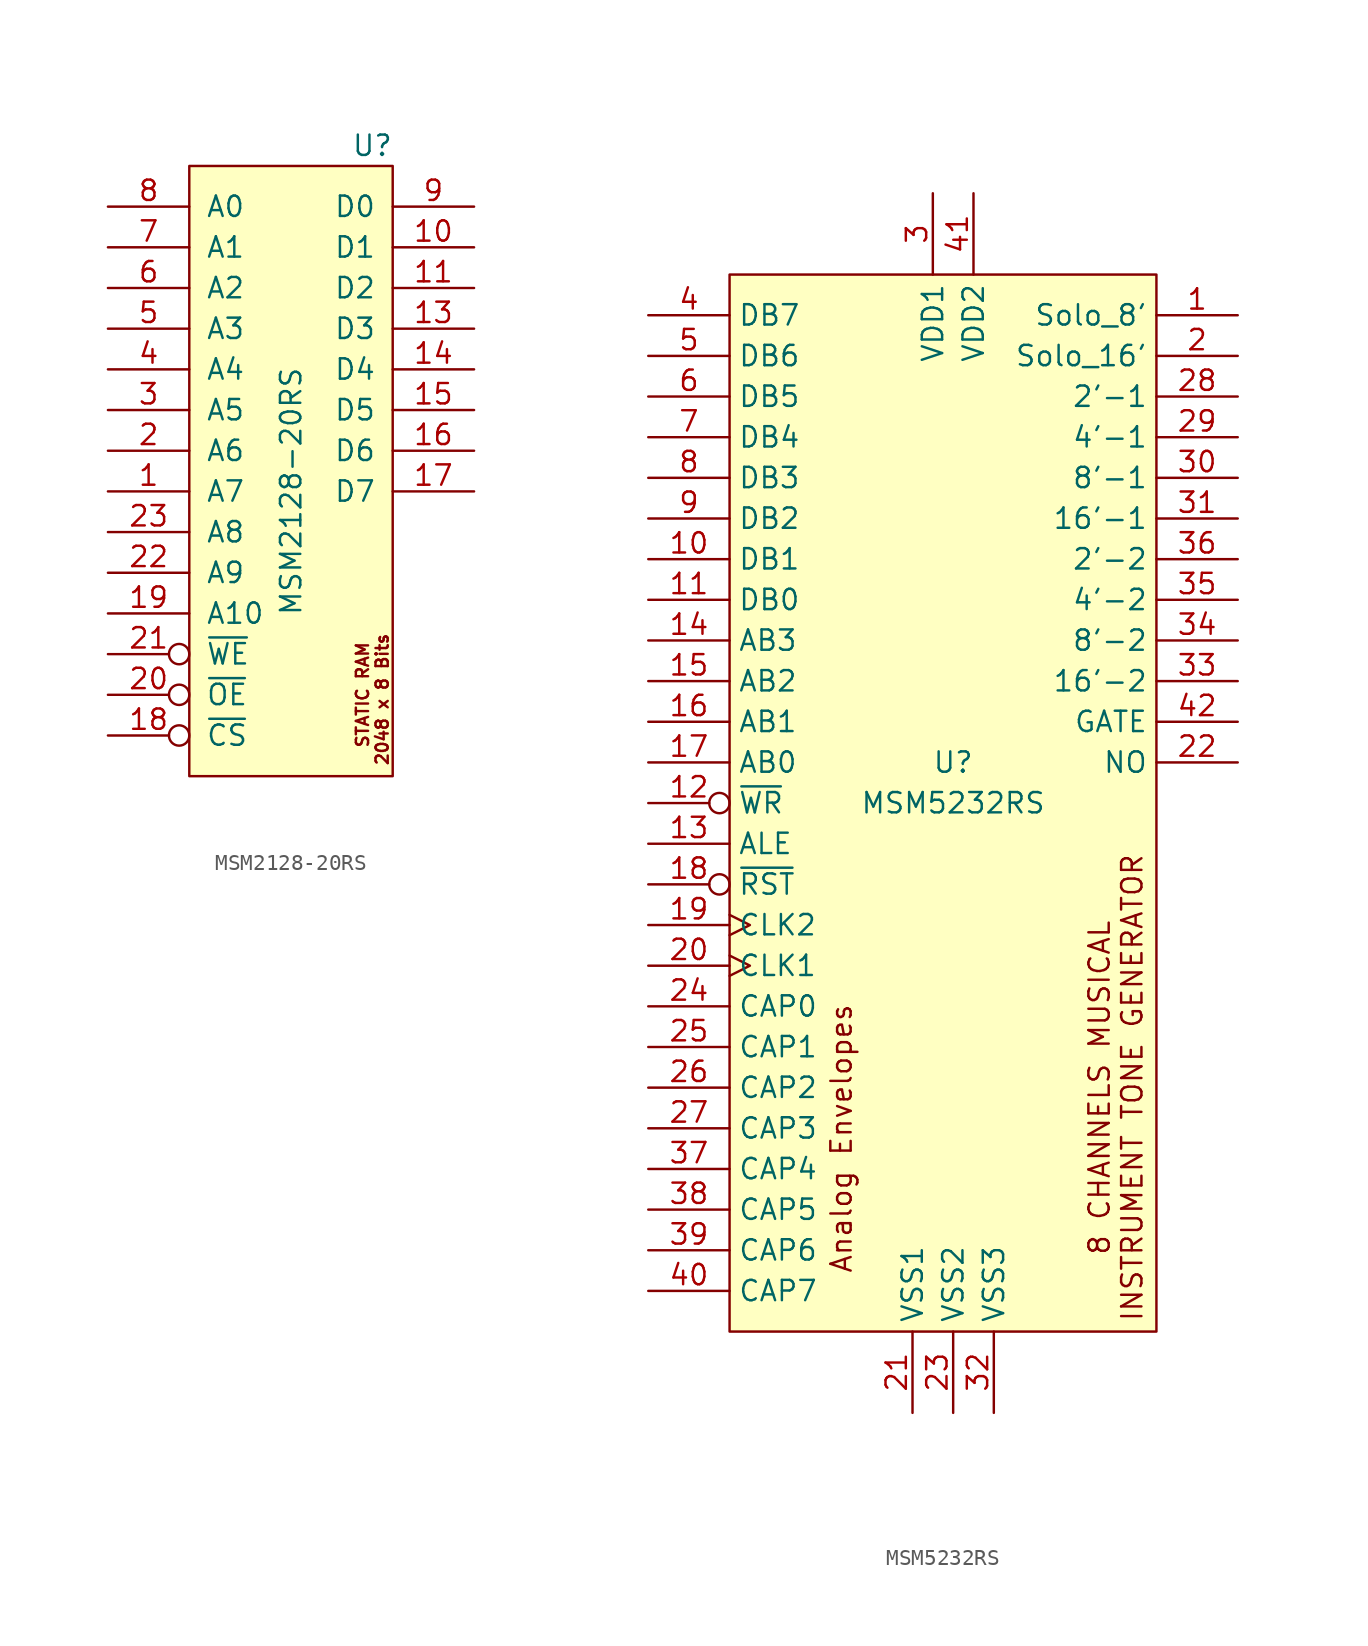
<source format=kicad_sym>
(kicad_symbol_lib
  (version 20231120)
  (generator "kicad_symbol_editor")
  (generator_version "8.0")
  (symbol "MSM2128-20RS"
    (pin_names
      (offset 1.016))
    (property "Reference" "U"
      (at 5.08 20.32 0)
      (effects (font (size 1.27 1.27))))
    (property "Value" "MSM2128-20RS"
      (at 0 -1.27 90)
      (effects (font (size 1.27 1.27))))
    (symbol "MSM2128-20RS_0_1"
      (rectangle (start -6.35 19.05) (end 6.35 -19.05) (stroke (width 0) (type default)) (fill (type background))))
    (symbol "MSM2128-20RS_1_0"
      (text "STATIC RAM\n2048 x 8 Bits " (at 5.08 -13.97 900) (effects (font (size 0.762 0.762))))
      (pin power_in line (at 0 -19.05 90) (length 5.08) hide (name "VSS" (effects (font (size 1.27 1.27)))) (number "12" (effects (font (size 1.27 1.27)))))
      (pin power_in line (at 0 19.05 270) (length 5.08) hide (name "VCC" (effects (font (size 1.27 1.27)))) (number "24" (effects (font (size 1.27 1.27))))))
    (symbol "MSM2128-20RS_1_1"
      (pin input line (at -11.43 -1.27 0) (length 5.08) (name "A7" (effects (font (size 1.27 1.27)))) (number "1" (effects (font (size 1.27 1.27)))))
      (pin bidirectional line (at 11.43 13.97 180) (length 5.08) (name "D1" (effects (font (size 1.27 1.27)))) (number "10" (effects (font (size 1.27 1.27)))))
      (pin bidirectional line (at 11.43 11.43 180) (length 5.08) (name "D2" (effects (font (size 1.27 1.27)))) (number "11" (effects (font (size 1.27 1.27)))))
      (pin bidirectional line (at 11.43 8.89 180) (length 5.08) (name "D3" (effects (font (size 1.27 1.27)))) (number "13" (effects (font (size 1.27 1.27)))))
      (pin bidirectional line (at 11.43 6.35 180) (length 5.08) (name "D4" (effects (font (size 1.27 1.27)))) (number "14" (effects (font (size 1.27 1.27)))))
      (pin bidirectional line (at 11.43 3.81 180) (length 5.08) (name "D5" (effects (font (size 1.27 1.27)))) (number "15" (effects (font (size 1.27 1.27)))))
      (pin bidirectional line (at 11.43 1.27 180) (length 5.08) (name "D6" (effects (font (size 1.27 1.27)))) (number "16" (effects (font (size 1.27 1.27)))))
      (pin bidirectional line (at 11.43 -1.27 180) (length 5.08) (name "D7" (effects (font (size 1.27 1.27)))) (number "17" (effects (font (size 1.27 1.27)))))
      (pin input inverted (at -11.43 -16.51 0) (length 5.08) (name "~{CS}" (effects (font (size 1.27 1.27)))) (number "18" (effects (font (size 1.27 1.27)))))
      (pin input line (at -11.43 -8.89 0) (length 5.08) (name "A10" (effects (font (size 1.27 1.27)))) (number "19" (effects (font (size 1.27 1.27)))))
      (pin input line (at -11.43 1.27 0) (length 5.08) (name "A6" (effects (font (size 1.27 1.27)))) (number "2" (effects (font (size 1.27 1.27)))))
      (pin input inverted (at -11.43 -13.97 0) (length 5.08) (name "~{OE}" (effects (font (size 1.27 1.27)))) (number "20" (effects (font (size 1.27 1.27)))))
      (pin input inverted (at -11.43 -11.43 0) (length 5.08) (name "~{WE}" (effects (font (size 1.27 1.27)))) (number "21" (effects (font (size 1.27 1.27)))))
      (pin input line (at -11.43 -6.35 0) (length 5.08) (name "A9" (effects (font (size 1.27 1.27)))) (number "22" (effects (font (size 1.27 1.27)))))
      (pin input line (at -11.43 -3.81 0) (length 5.08) (name "A8" (effects (font (size 1.27 1.27)))) (number "23" (effects (font (size 1.27 1.27)))))
      (pin input line (at -11.43 3.81 0) (length 5.08) (name "A5" (effects (font (size 1.27 1.27)))) (number "3" (effects (font (size 1.27 1.27)))))
      (pin input line (at -11.43 6.35 0) (length 5.08) (name "A4" (effects (font (size 1.27 1.27)))) (number "4" (effects (font (size 1.27 1.27)))))
      (pin input line (at -11.43 8.89 0) (length 5.08) (name "A3" (effects (font (size 1.27 1.27)))) (number "5" (effects (font (size 1.27 1.27)))))
      (pin input line (at -11.43 11.43 0) (length 5.08) (name "A2" (effects (font (size 1.27 1.27)))) (number "6" (effects (font (size 1.27 1.27)))))
      (pin input line (at -11.43 13.97 0) (length 5.08) (name "A1" (effects (font (size 1.27 1.27)))) (number "7" (effects (font (size 1.27 1.27)))))
      (pin input line (at -11.43 16.51 0) (length 5.08) (name "A0" (effects (font (size 1.27 1.27)))) (number "8" (effects (font (size 1.27 1.27)))))
      (pin bidirectional line (at 11.43 16.51 180) (length 5.08) (name "D0" (effects (font (size 1.27 1.27)))) (number "9" (effects (font (size 1.27 1.27)))))))
  (symbol "MSM5232RS"
    (property "Reference" "U"
      (at 0 2.54 0)
      (effects (font (size 1.27 1.27))))
    (property "Value" "MSM5232RS"
      (at 0 0 0)
      (effects (font (size 1.27 1.27))))
    (symbol "MSM5232RS_1_1"
      (rectangle (start -13.97 33.02) (end 12.7 -33.02) (stroke (width 0) (type default)) (fill (type background)))
      (text "8 CHANNELS MUSICAL\nINSTRUMENT TONE GENERATOR" (at 10.16 -17.78 900) (effects (font (size 1.27 1.27))))
      (text "Analog Envelopes" (at -6.985 -20.955 900) (effects (font (size 1.27 1.27))))
      (pin output line (at 17.78 30.48 180) (length 5.08) (name "Solo_8'" (effects (font (size 1.27 1.27)))) (number "1" (effects (font (size 1.27 1.27)))))
      (pin input line (at -19.05 15.24 0) (length 5.08) (name "DB1" (effects (font (size 1.27 1.27)))) (number "10" (effects (font (size 1.27 1.27)))))
      (pin input line (at -19.05 12.7 0) (length 5.08) (name "DB0" (effects (font (size 1.27 1.27)))) (number "11" (effects (font (size 1.27 1.27)))))
      (pin input inverted (at -19.05 0 0) (length 5.08) (name "~{WR}" (effects (font (size 1.27 1.27)))) (number "12" (effects (font (size 1.27 1.27)))))
      (pin input line (at -19.05 -2.54 0) (length 5.08) (name "ALE" (effects (font (size 1.27 1.27)))) (number "13" (effects (font (size 1.27 1.27)))))
      (pin input line (at -19.05 10.16 0) (length 5.08) (name "AB3" (effects (font (size 1.27 1.27)))) (number "14" (effects (font (size 1.27 1.27)))))
      (pin input line (at -19.05 7.62 0) (length 5.08) (name "AB2" (effects (font (size 1.27 1.27)))) (number "15" (effects (font (size 1.27 1.27)))))
      (pin input line (at -19.05 5.08 0) (length 5.08) (name "AB1" (effects (font (size 1.27 1.27)))) (number "16" (effects (font (size 1.27 1.27)))))
      (pin input line (at -19.05 2.54 0) (length 5.08) (name "AB0" (effects (font (size 1.27 1.27)))) (number "17" (effects (font (size 1.27 1.27)))))
      (pin input inverted (at -19.05 -5.08 0) (length 5.08) (name "~{RST}" (effects (font (size 1.27 1.27)))) (number "18" (effects (font (size 1.27 1.27)))))
      (pin input clock (at -19.05 -7.62 0) (length 5.08) (name "CLK2" (effects (font (size 1.27 1.27)))) (number "19" (effects (font (size 1.27 1.27)))))
      (pin output line (at 17.78 27.94 180) (length 5.08) (name "Solo_16'" (effects (font (size 1.27 1.27)))) (number "2" (effects (font (size 1.27 1.27)))))
      (pin input clock (at -19.05 -10.16 0) (length 5.08) (name "CLK1" (effects (font (size 1.27 1.27)))) (number "20" (effects (font (size 1.27 1.27)))))
      (pin power_in line (at -2.54 -38.1 90) (length 5.08) (name "VSS1" (effects (font (size 1.27 1.27)))) (number "21" (effects (font (size 1.27 1.27)))))
      (pin output line (at 17.78 2.54 180) (length 5.08) (name "NO" (effects (font (size 1.27 1.27)))) (number "22" (effects (font (size 1.27 1.27)))))
      (pin power_in line (at 0 -38.1 90) (length 5.08) (name "VSS2" (effects (font (size 1.27 1.27)))) (number "23" (effects (font (size 1.27 1.27)))))
      (pin input line (at -19.05 -12.7 0) (length 5.08) (name "CAP0" (effects (font (size 1.27 1.27)))) (number "24" (effects (font (size 1.27 1.27)))))
      (pin input line (at -19.05 -15.24 0) (length 5.08) (name "CAP1" (effects (font (size 1.27 1.27)))) (number "25" (effects (font (size 1.27 1.27)))))
      (pin input line (at -19.05 -17.78 0) (length 5.08) (name "CAP2" (effects (font (size 1.27 1.27)))) (number "26" (effects (font (size 1.27 1.27)))))
      (pin input line (at -19.05 -20.32 0) (length 5.08) (name "CAP3" (effects (font (size 1.27 1.27)))) (number "27" (effects (font (size 1.27 1.27)))))
      (pin output line (at 17.78 25.4 180) (length 5.08) (name "2'-1" (effects (font (size 1.27 1.27)))) (number "28" (effects (font (size 1.27 1.27)))))
      (pin output line (at 17.78 22.86 180) (length 5.08) (name "4'-1" (effects (font (size 1.27 1.27)))) (number "29" (effects (font (size 1.27 1.27)))))
      (pin power_in line (at -1.27 38.1 270) (length 5.08) (name "VDD1" (effects (font (size 1.27 1.27)))) (number "3" (effects (font (size 1.27 1.27)))))
      (pin output line (at 17.78 20.32 180) (length 5.08) (name "8'-1" (effects (font (size 1.27 1.27)))) (number "30" (effects (font (size 1.27 1.27)))))
      (pin output line (at 17.78 17.78 180) (length 5.08) (name "16'-1" (effects (font (size 1.27 1.27)))) (number "31" (effects (font (size 1.27 1.27)))))
      (pin power_in line (at 2.54 -38.1 90) (length 5.08) (name "VSS3" (effects (font (size 1.27 1.27)))) (number "32" (effects (font (size 1.27 1.27)))))
      (pin output line (at 17.78 7.62 180) (length 5.08) (name "16'-2" (effects (font (size 1.27 1.27)))) (number "33" (effects (font (size 1.27 1.27)))))
      (pin output line (at 17.78 10.16 180) (length 5.08) (name "8'-2" (effects (font (size 1.27 1.27)))) (number "34" (effects (font (size 1.27 1.27)))))
      (pin output line (at 17.78 12.7 180) (length 5.08) (name "4'-2" (effects (font (size 1.27 1.27)))) (number "35" (effects (font (size 1.27 1.27)))))
      (pin output line (at 17.78 15.24 180) (length 5.08) (name "2'-2" (effects (font (size 1.27 1.27)))) (number "36" (effects (font (size 1.27 1.27)))))
      (pin input line (at -19.05 -22.86 0) (length 5.08) (name "CAP4" (effects (font (size 1.27 1.27)))) (number "37" (effects (font (size 1.27 1.27)))))
      (pin input line (at -19.05 -25.4 0) (length 5.08) (name "CAP5" (effects (font (size 1.27 1.27)))) (number "38" (effects (font (size 1.27 1.27)))))
      (pin input line (at -19.05 -27.94 0) (length 5.08) (name "CAP6" (effects (font (size 1.27 1.27)))) (number "39" (effects (font (size 1.27 1.27)))))
      (pin input line (at -19.05 30.48 0) (length 5.08) (name "DB7" (effects (font (size 1.27 1.27)))) (number "4" (effects (font (size 1.27 1.27)))))
      (pin input line (at -19.05 -30.48 0) (length 5.08) (name "CAP7" (effects (font (size 1.27 1.27)))) (number "40" (effects (font (size 1.27 1.27)))))
      (pin power_in line (at 1.27 38.1 270) (length 5.08) (name "VDD2" (effects (font (size 1.27 1.27)))) (number "41" (effects (font (size 1.27 1.27)))))
      (pin output line (at 17.78 5.08 180) (length 5.08) (name "GATE" (effects (font (size 1.27 1.27)))) (number "42" (effects (font (size 1.27 1.27)))))
      (pin input line (at -19.05 27.94 0) (length 5.08) (name "DB6" (effects (font (size 1.27 1.27)))) (number "5" (effects (font (size 1.27 1.27)))))
      (pin input line (at -19.05 25.4 0) (length 5.08) (name "DB5" (effects (font (size 1.27 1.27)))) (number "6" (effects (font (size 1.27 1.27)))))
      (pin input line (at -19.05 22.86 0) (length 5.08) (name "DB4" (effects (font (size 1.27 1.27)))) (number "7" (effects (font (size 1.27 1.27)))))
      (pin input line (at -19.05 20.32 0) (length 5.08) (name "DB3" (effects (font (size 1.27 1.27)))) (number "8" (effects (font (size 1.27 1.27)))))
      (pin input line (at -19.05 17.78 0) (length 5.08) (name "DB2" (effects (font (size 1.27 1.27)))) (number "9" (effects (font (size 1.27 1.27))))))))
</source>
